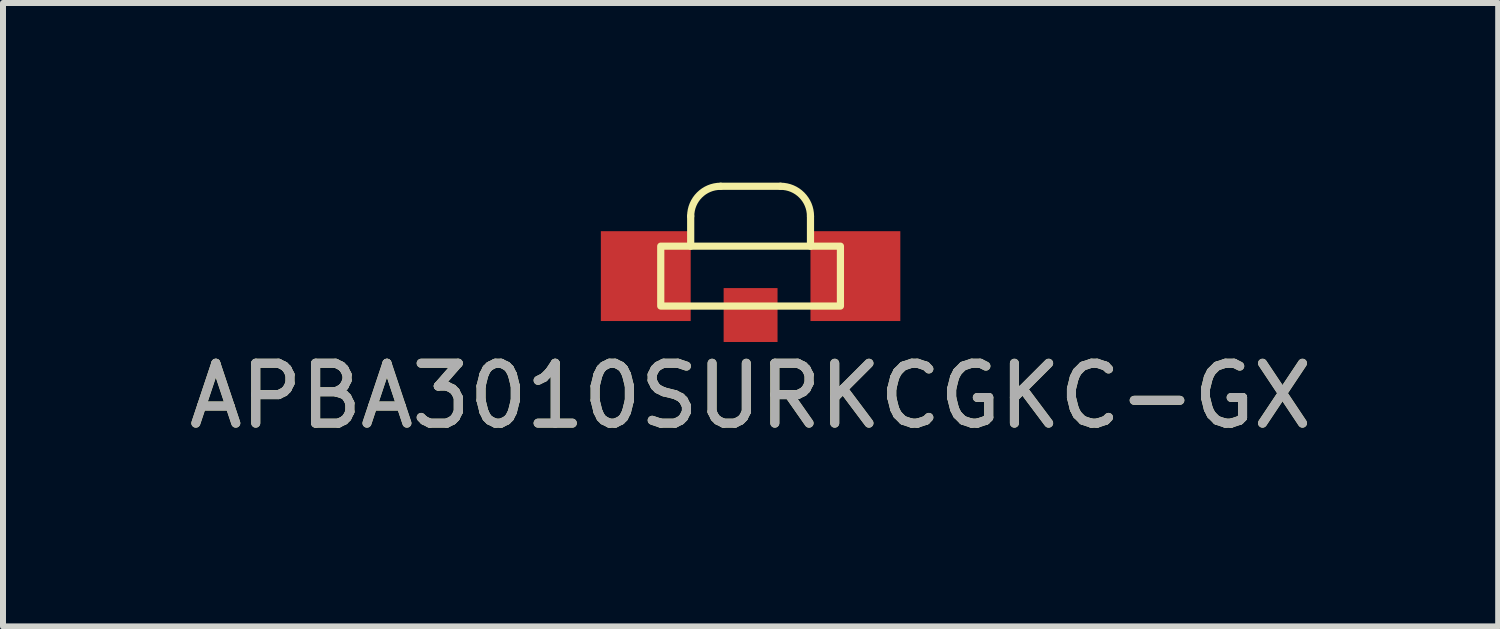
<source format=kicad_pcb>
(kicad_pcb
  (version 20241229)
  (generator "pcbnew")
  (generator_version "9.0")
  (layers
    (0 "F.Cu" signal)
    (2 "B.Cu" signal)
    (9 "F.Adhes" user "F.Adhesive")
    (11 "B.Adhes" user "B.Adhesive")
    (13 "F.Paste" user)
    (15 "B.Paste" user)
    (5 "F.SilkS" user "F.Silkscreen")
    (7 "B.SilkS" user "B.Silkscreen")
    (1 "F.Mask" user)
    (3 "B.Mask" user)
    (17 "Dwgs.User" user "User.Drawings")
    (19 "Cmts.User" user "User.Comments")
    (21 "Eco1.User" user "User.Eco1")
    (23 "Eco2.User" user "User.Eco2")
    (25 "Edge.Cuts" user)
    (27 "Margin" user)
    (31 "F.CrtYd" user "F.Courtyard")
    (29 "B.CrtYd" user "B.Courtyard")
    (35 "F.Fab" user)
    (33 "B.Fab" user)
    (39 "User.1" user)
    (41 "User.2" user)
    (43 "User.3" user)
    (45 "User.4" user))
  (footprint "APBA3010SURKCGKC-GX"
    (layer "F.Cu")
    (at 9.482 1.56)
    (property "Reference" "APBA3010SURKCGKC-GX" (at 0 2 0) (unlocked yes) (layer "F.SilkS") (effects (font (size 1 1) (thickness 0.15))))
    (attr smd)
    (fp_line (start -1 -0.5) (end -1 -1) (stroke (width 0.12) (type solid)) (layer "F.SilkS"))
    (fp_line (start -0.5 -1.5) (end 0.5 -1.5) (stroke (width 0.12) (type solid)) (layer "F.SilkS"))
    (fp_line (start 1 -0.5) (end 1 -1) (stroke (width 0.12) (type solid)) (layer "F.SilkS"))
    (fp_rect (start -1.5 -0.5) (end 1.5 0.5) (stroke (width 0.12) (type solid)) (fill no) (layer "F.SilkS"))
    (fp_arc (start -1 -1) (mid -0.853553 -1.353553) (end -0.5 -1.5) (stroke (width 0.12) (type solid)) (layer "F.SilkS"))
    (fp_arc (start 0.5 -1.5) (mid 0.853553 -1.353553) (end 1 -1) (stroke (width 0.12) (type solid)) (layer "F.SilkS"))
    (fp_text user "${REFERENCE}" (at 0 2 0) (unlocked yes) (layer "F.Fab") (effects (font (size 1 1) (thickness 0.15))))
    (pad "1" smd rect (at 2.5 0) (size 1.5 1.5) (drill (offset -0.75 0)) (layers "F.Cu" "F.Mask" "F.Paste"))
    (pad "2" smd rect (at 0 0.2) (size 0.9 0.9) (drill (offset 0 0.45)) (layers "F.Cu" "F.Mask" "F.Paste"))
    (pad "3" smd rect (at -2.5 0) (size 1.5 1.5) (drill (offset 0.75 0)) (layers "F.Cu" "F.Mask" "F.Paste")))
  (gr_rect
    (start -3 -3)
    (end 21.964 7.408)
    (stroke (width 0.1) (type default))
    (fill no)
    (layer "Edge.Cuts")))
</source>
